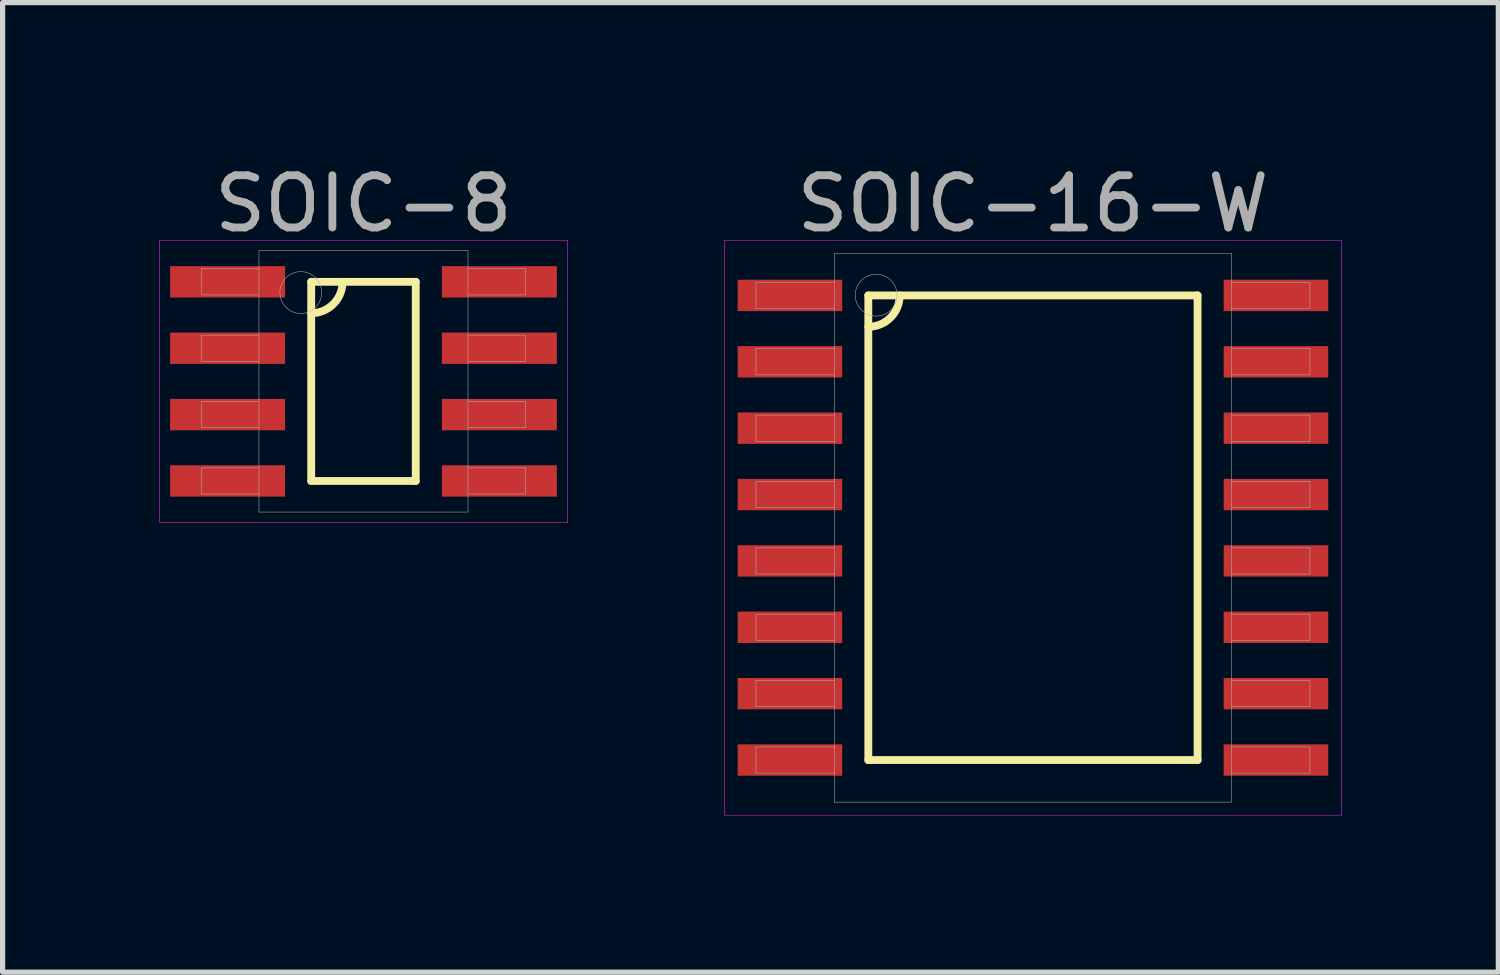
<source format=kicad_pcb>
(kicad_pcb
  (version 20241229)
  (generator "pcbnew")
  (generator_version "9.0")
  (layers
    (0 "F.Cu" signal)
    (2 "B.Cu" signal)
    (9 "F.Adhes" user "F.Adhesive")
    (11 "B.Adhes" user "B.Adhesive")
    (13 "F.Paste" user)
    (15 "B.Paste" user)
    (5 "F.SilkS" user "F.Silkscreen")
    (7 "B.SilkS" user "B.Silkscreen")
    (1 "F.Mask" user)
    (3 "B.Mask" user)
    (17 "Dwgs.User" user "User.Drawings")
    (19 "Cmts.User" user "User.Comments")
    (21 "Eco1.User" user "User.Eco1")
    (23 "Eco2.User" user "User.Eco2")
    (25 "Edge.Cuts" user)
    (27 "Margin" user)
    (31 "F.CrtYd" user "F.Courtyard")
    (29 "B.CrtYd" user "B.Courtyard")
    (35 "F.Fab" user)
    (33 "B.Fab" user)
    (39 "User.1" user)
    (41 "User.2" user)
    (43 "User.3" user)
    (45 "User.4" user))
  (footprint "SOIC-8"
    (layer "F.Cu")
    (at 3.905 4.248)
    (property "Reference" "SOIC-8" (at 0 -3.4 0) (layer "F.Fab") (effects (font (size 1 1) (thickness 0.15))))
    (attr through_hole)
    (fp_line (start -1 -1.905) (end 1 -1.905) (stroke (width 0.15) (type solid)) (layer "F.SilkS"))
    (fp_line (start -1 1.905) (end -1 -1.905) (stroke (width 0.15) (type solid)) (layer "F.SilkS"))
    (fp_line (start 1 -1.905) (end 1 1.905) (stroke (width 0.15) (type solid)) (layer "F.SilkS"))
    (fp_line (start 1 1.905) (end -1 1.905) (stroke (width 0.15) (type solid)) (layer "F.SilkS"))
    (fp_arc (start -0.4 -1.905) (mid -0.575736 -1.480736) (end -1 -1.305) (stroke (width 0.15) (type solid)) (layer "F.SilkS"))
    (fp_line (start -3.9 -2.7) (end 3.9 -2.7) (stroke (width 0.01) (type solid)) (layer "F.CrtYd"))
    (fp_line (start -3.9 2.7) (end -3.9 -2.7) (stroke (width 0.01) (type solid)) (layer "F.CrtYd"))
    (fp_line (start 3.9 -2.7) (end 3.9 2.7) (stroke (width 0.01) (type solid)) (layer "F.CrtYd"))
    (fp_line (start 3.9 2.7) (end -3.9 2.7) (stroke (width 0.01) (type solid)) (layer "F.CrtYd"))
    (fp_line (start -3.1 -2.155) (end -2 -2.155) (stroke (width 0.01) (type solid)) (layer "F.Fab"))
    (fp_line (start -3.1 -1.655) (end -3.1 -2.155) (stroke (width 0.01) (type solid)) (layer "F.Fab"))
    (fp_line (start -3.1 -0.885) (end -2 -0.885) (stroke (width 0.01) (type solid)) (layer "F.Fab"))
    (fp_line (start -3.1 -0.385) (end -3.1 -0.885) (stroke (width 0.01) (type solid)) (layer "F.Fab"))
    (fp_line (start -3.1 0.385) (end -2 0.385) (stroke (width 0.01) (type solid)) (layer "F.Fab"))
    (fp_line (start -3.1 0.885) (end -3.1 0.385) (stroke (width 0.01) (type solid)) (layer "F.Fab"))
    (fp_line (start -3.1 1.655) (end -2 1.655) (stroke (width 0.01) (type solid)) (layer "F.Fab"))
    (fp_line (start -3.1 2.155) (end -3.1 1.655) (stroke (width 0.01) (type solid)) (layer "F.Fab"))
    (fp_line (start -2 -2.5) (end 2 -2.5) (stroke (width 0.01) (type solid)) (layer "F.Fab"))
    (fp_line (start -2 -1.655) (end -3.1 -1.655) (stroke (width 0.01) (type solid)) (layer "F.Fab"))
    (fp_line (start -2 -0.385) (end -3.1 -0.385) (stroke (width 0.01) (type solid)) (layer "F.Fab"))
    (fp_line (start -2 0.885) (end -3.1 0.885) (stroke (width 0.01) (type solid)) (layer "F.Fab"))
    (fp_line (start -2 2.155) (end -3.1 2.155) (stroke (width 0.01) (type solid)) (layer "F.Fab"))
    (fp_line (start -2 2.5) (end -2 -2.5) (stroke (width 0.01) (type solid)) (layer "F.Fab"))
    (fp_line (start 2 -2.5) (end 2 2.5) (stroke (width 0.01) (type solid)) (layer "F.Fab"))
    (fp_line (start 2 -2.155) (end 3.1 -2.155) (stroke (width 0.01) (type solid)) (layer "F.Fab"))
    (fp_line (start 2 -0.885) (end 3.1 -0.885) (stroke (width 0.01) (type solid)) (layer "F.Fab"))
    (fp_line (start 2 0.385) (end 3.1 0.385) (stroke (width 0.01) (type solid)) (layer "F.Fab"))
    (fp_line (start 2 1.655) (end 3.1 1.655) (stroke (width 0.01) (type solid)) (layer "F.Fab"))
    (fp_line (start 2 2.5) (end -2 2.5) (stroke (width 0.01) (type solid)) (layer "F.Fab"))
    (fp_line (start 3.1 -2.155) (end 3.1 -1.655) (stroke (width 0.01) (type solid)) (layer "F.Fab"))
    (fp_line (start 3.1 -1.655) (end 2 -1.655) (stroke (width 0.01) (type solid)) (layer "F.Fab"))
    (fp_line (start 3.1 -0.885) (end 3.1 -0.385) (stroke (width 0.01) (type solid)) (layer "F.Fab"))
    (fp_line (start 3.1 -0.385) (end 2 -0.385) (stroke (width 0.01) (type solid)) (layer "F.Fab"))
    (fp_line (start 3.1 0.385) (end 3.1 0.885) (stroke (width 0.01) (type solid)) (layer "F.Fab"))
    (fp_line (start 3.1 0.885) (end 2 0.885) (stroke (width 0.01) (type solid)) (layer "F.Fab"))
    (fp_line (start 3.1 1.655) (end 3.1 2.155) (stroke (width 0.01) (type solid)) (layer "F.Fab"))
    (fp_line (start 3.1 2.155) (end 2 2.155) (stroke (width 0.01) (type solid)) (layer "F.Fab"))
    (fp_circle (center -1.2 -1.7) (end -1.2 -1.3) (stroke (width 0.01) (type solid)) (fill no) (layer "F.Fab"))
    (pad "1" smd rect (at -2.6 -1.905) (size 2.2 0.6) (layers "F.Cu" "F.Mask" "F.Paste"))
    (pad "2" smd rect (at -2.6 -0.635) (size 2.2 0.6) (layers "F.Cu" "F.Mask" "F.Paste"))
    (pad "3" smd rect (at -2.6 0.635) (size 2.2 0.6) (layers "F.Cu" "F.Mask" "F.Paste"))
    (pad "4" smd rect (at -2.6 1.905) (size 2.2 0.6) (layers "F.Cu" "F.Mask" "F.Paste"))
    (pad "5" smd rect (at 2.6 1.905) (size 2.2 0.6) (layers "F.Cu" "F.Mask" "F.Paste"))
    (pad "6" smd rect (at 2.6 0.635) (size 2.2 0.6) (layers "F.Cu" "F.Mask" "F.Paste"))
    (pad "7" smd rect (at 2.6 -0.635) (size 2.2 0.6) (layers "F.Cu" "F.Mask" "F.Paste"))
    (pad "8" smd rect (at 2.6 -1.905) (size 2.2 0.6) (layers "F.Cu" "F.Mask" "F.Paste")))
  (footprint "SOIC-16-W"
    (layer "F.Cu")
    (at 16.715 7.048)
    (property "Reference" "SOIC-16-W" (at 0 -6.2 0) (layer "F.Fab") (effects (font (size 1 1) (thickness 0.15))))
    (attr through_hole)
    (fp_line (start -3.15 -4.445) (end 3.15 -4.445) (stroke (width 0.15) (type solid)) (layer "F.SilkS"))
    (fp_line (start -3.15 4.445) (end -3.15 -4.445) (stroke (width 0.15) (type solid)) (layer "F.SilkS"))
    (fp_line (start 3.15 -4.445) (end 3.15 4.445) (stroke (width 0.15) (type solid)) (layer "F.SilkS"))
    (fp_line (start 3.15 4.445) (end -3.15 4.445) (stroke (width 0.15) (type solid)) (layer "F.SilkS"))
    (fp_arc (start -2.55 -4.445) (mid -2.725736 -4.020736) (end -3.15 -3.845) (stroke (width 0.15) (type solid)) (layer "F.SilkS"))
    (fp_line (start -5.9 -5.5) (end 5.9 -5.5) (stroke (width 0.01) (type solid)) (layer "F.CrtYd"))
    (fp_line (start -5.9 5.5) (end -5.9 -5.5) (stroke (width 0.01) (type solid)) (layer "F.CrtYd"))
    (fp_line (start 5.9 -5.5) (end 5.9 5.5) (stroke (width 0.01) (type solid)) (layer "F.CrtYd"))
    (fp_line (start 5.9 5.5) (end -5.9 5.5) (stroke (width 0.01) (type solid)) (layer "F.CrtYd"))
    (fp_line (start -5.3 -4.695) (end -3.8 -4.695) (stroke (width 0.01) (type solid)) (layer "F.Fab"))
    (fp_line (start -5.3 -4.195) (end -5.3 -4.695) (stroke (width 0.01) (type solid)) (layer "F.Fab"))
    (fp_line (start -5.3 -3.425) (end -3.8 -3.425) (stroke (width 0.01) (type solid)) (layer "F.Fab"))
    (fp_line (start -5.3 -2.925) (end -5.3 -3.425) (stroke (width 0.01) (type solid)) (layer "F.Fab"))
    (fp_line (start -5.3 -2.155) (end -3.8 -2.155) (stroke (width 0.01) (type solid)) (layer "F.Fab"))
    (fp_line (start -5.3 -1.655) (end -5.3 -2.155) (stroke (width 0.01) (type solid)) (layer "F.Fab"))
    (fp_line (start -5.3 -0.885) (end -3.8 -0.885) (stroke (width 0.01) (type solid)) (layer "F.Fab"))
    (fp_line (start -5.3 -0.385) (end -5.3 -0.885) (stroke (width 0.01) (type solid)) (layer "F.Fab"))
    (fp_line (start -5.3 0.385) (end -3.8 0.385) (stroke (width 0.01) (type solid)) (layer "F.Fab"))
    (fp_line (start -5.3 0.885) (end -5.3 0.385) (stroke (width 0.01) (type solid)) (layer "F.Fab"))
    (fp_line (start -5.3 1.655) (end -3.8 1.655) (stroke (width 0.01) (type solid)) (layer "F.Fab"))
    (fp_line (start -5.3 2.155) (end -5.3 1.655) (stroke (width 0.01) (type solid)) (layer "F.Fab"))
    (fp_line (start -5.3 2.925) (end -3.8 2.925) (stroke (width 0.01) (type solid)) (layer "F.Fab"))
    (fp_line (start -5.3 3.425) (end -5.3 2.925) (stroke (width 0.01) (type solid)) (layer "F.Fab"))
    (fp_line (start -5.3 4.195) (end -3.8 4.195) (stroke (width 0.01) (type solid)) (layer "F.Fab"))
    (fp_line (start -5.3 4.695) (end -5.3 4.195) (stroke (width 0.01) (type solid)) (layer "F.Fab"))
    (fp_line (start -3.8 -5.25) (end 3.8 -5.25) (stroke (width 0.01) (type solid)) (layer "F.Fab"))
    (fp_line (start -3.8 -4.195) (end -5.3 -4.195) (stroke (width 0.01) (type solid)) (layer "F.Fab"))
    (fp_line (start -3.8 -2.925) (end -5.3 -2.925) (stroke (width 0.01) (type solid)) (layer "F.Fab"))
    (fp_line (start -3.8 -1.655) (end -5.3 -1.655) (stroke (width 0.01) (type solid)) (layer "F.Fab"))
    (fp_line (start -3.8 -0.385) (end -5.3 -0.385) (stroke (width 0.01) (type solid)) (layer "F.Fab"))
    (fp_line (start -3.8 0.885) (end -5.3 0.885) (stroke (width 0.01) (type solid)) (layer "F.Fab"))
    (fp_line (start -3.8 2.155) (end -5.3 2.155) (stroke (width 0.01) (type solid)) (layer "F.Fab"))
    (fp_line (start -3.8 3.425) (end -5.3 3.425) (stroke (width 0.01) (type solid)) (layer "F.Fab"))
    (fp_line (start -3.8 4.695) (end -5.3 4.695) (stroke (width 0.01) (type solid)) (layer "F.Fab"))
    (fp_line (start -3.8 5.25) (end -3.8 -5.25) (stroke (width 0.01) (type solid)) (layer "F.Fab"))
    (fp_line (start 3.8 -5.25) (end 3.8 5.25) (stroke (width 0.01) (type solid)) (layer "F.Fab"))
    (fp_line (start 3.8 -4.695) (end 5.3 -4.695) (stroke (width 0.01) (type solid)) (layer "F.Fab"))
    (fp_line (start 3.8 -3.425) (end 5.3 -3.425) (stroke (width 0.01) (type solid)) (layer "F.Fab"))
    (fp_line (start 3.8 -2.155) (end 5.3 -2.155) (stroke (width 0.01) (type solid)) (layer "F.Fab"))
    (fp_line (start 3.8 -0.885) (end 5.3 -0.885) (stroke (width 0.01) (type solid)) (layer "F.Fab"))
    (fp_line (start 3.8 0.385) (end 5.3 0.385) (stroke (width 0.01) (type solid)) (layer "F.Fab"))
    (fp_line (start 3.8 1.655) (end 5.3 1.655) (stroke (width 0.01) (type solid)) (layer "F.Fab"))
    (fp_line (start 3.8 2.925) (end 5.3 2.925) (stroke (width 0.01) (type solid)) (layer "F.Fab"))
    (fp_line (start 3.8 4.195) (end 5.3 4.195) (stroke (width 0.01) (type solid)) (layer "F.Fab"))
    (fp_line (start 3.8 5.25) (end -3.8 5.25) (stroke (width 0.01) (type solid)) (layer "F.Fab"))
    (fp_line (start 5.3 -4.695) (end 5.3 -4.195) (stroke (width 0.01) (type solid)) (layer "F.Fab"))
    (fp_line (start 5.3 -4.195) (end 3.8 -4.195) (stroke (width 0.01) (type solid)) (layer "F.Fab"))
    (fp_line (start 5.3 -3.425) (end 5.3 -2.925) (stroke (width 0.01) (type solid)) (layer "F.Fab"))
    (fp_line (start 5.3 -2.925) (end 3.8 -2.925) (stroke (width 0.01) (type solid)) (layer "F.Fab"))
    (fp_line (start 5.3 -2.155) (end 5.3 -1.655) (stroke (width 0.01) (type solid)) (layer "F.Fab"))
    (fp_line (start 5.3 -1.655) (end 3.8 -1.655) (stroke (width 0.01) (type solid)) (layer "F.Fab"))
    (fp_line (start 5.3 -0.885) (end 5.3 -0.385) (stroke (width 0.01) (type solid)) (layer "F.Fab"))
    (fp_line (start 5.3 -0.385) (end 3.8 -0.385) (stroke (width 0.01) (type solid)) (layer "F.Fab"))
    (fp_line (start 5.3 0.385) (end 5.3 0.885) (stroke (width 0.01) (type solid)) (layer "F.Fab"))
    (fp_line (start 5.3 0.885) (end 3.8 0.885) (stroke (width 0.01) (type solid)) (layer "F.Fab"))
    (fp_line (start 5.3 1.655) (end 5.3 2.155) (stroke (width 0.01) (type solid)) (layer "F.Fab"))
    (fp_line (start 5.3 2.155) (end 3.8 2.155) (stroke (width 0.01) (type solid)) (layer "F.Fab"))
    (fp_line (start 5.3 2.925) (end 5.3 3.425) (stroke (width 0.01) (type solid)) (layer "F.Fab"))
    (fp_line (start 5.3 3.425) (end 3.8 3.425) (stroke (width 0.01) (type solid)) (layer "F.Fab"))
    (fp_line (start 5.3 4.195) (end 5.3 4.695) (stroke (width 0.01) (type solid)) (layer "F.Fab"))
    (fp_line (start 5.3 4.695) (end 3.8 4.695) (stroke (width 0.01) (type solid)) (layer "F.Fab"))
    (fp_circle (center -3 -4.45) (end -3 -4.05) (stroke (width 0.01) (type solid)) (fill no) (layer "F.Fab"))
    (pad "1" smd rect (at -4.65 -4.445) (size 2 0.6) (layers "F.Cu" "F.Mask" "F.Paste"))
    (pad "2" smd rect (at -4.65 -3.175) (size 2 0.6) (layers "F.Cu" "F.Mask" "F.Paste"))
    (pad "3" smd rect (at -4.65 -1.905) (size 2 0.6) (layers "F.Cu" "F.Mask" "F.Paste"))
    (pad "4" smd rect (at -4.65 -0.635) (size 2 0.6) (layers "F.Cu" "F.Mask" "F.Paste"))
    (pad "5" smd rect (at -4.65 0.635) (size 2 0.6) (layers "F.Cu" "F.Mask" "F.Paste"))
    (pad "6" smd rect (at -4.65 1.905) (size 2 0.6) (layers "F.Cu" "F.Mask" "F.Paste"))
    (pad "7" smd rect (at -4.65 3.175) (size 2 0.6) (layers "F.Cu" "F.Mask" "F.Paste"))
    (pad "8" smd rect (at -4.65 4.445) (size 2 0.6) (layers "F.Cu" "F.Mask" "F.Paste"))
    (pad "9" smd rect (at 4.65 4.445) (size 2 0.6) (layers "F.Cu" "F.Mask" "F.Paste"))
    (pad "10" smd rect (at 4.65 3.175) (size 2 0.6) (layers "F.Cu" "F.Mask" "F.Paste"))
    (pad "11" smd rect (at 4.65 1.905) (size 2 0.6) (layers "F.Cu" "F.Mask" "F.Paste"))
    (pad "12" smd rect (at 4.65 0.635) (size 2 0.6) (layers "F.Cu" "F.Mask" "F.Paste"))
    (pad "13" smd rect (at 4.65 -0.635) (size 2 0.6) (layers "F.Cu" "F.Mask" "F.Paste"))
    (pad "14" smd rect (at 4.65 -1.905) (size 2 0.6) (layers "F.Cu" "F.Mask" "F.Paste"))
    (pad "15" smd rect (at 4.65 -3.175) (size 2 0.6) (layers "F.Cu" "F.Mask" "F.Paste"))
    (pad "16" smd rect (at 4.65 -4.445) (size 2 0.6) (layers "F.Cu" "F.Mask" "F.Paste")))
  (gr_rect
    (start -3 -3)
    (end 25.62 15.553)
    (stroke (width 0.1) (type default))
    (fill no)
    (layer "Edge.Cuts")))
</source>
